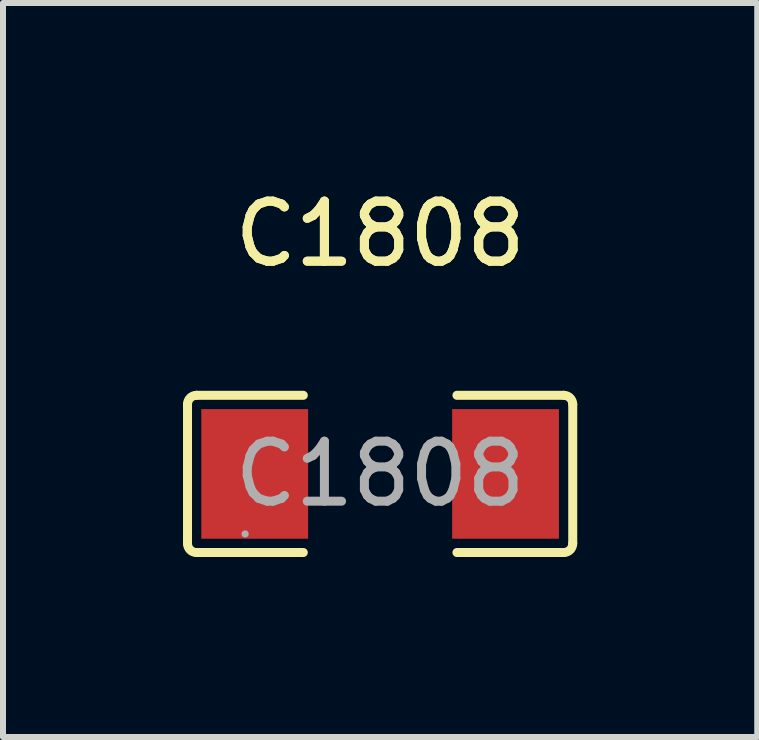
<source format=kicad_pcb>
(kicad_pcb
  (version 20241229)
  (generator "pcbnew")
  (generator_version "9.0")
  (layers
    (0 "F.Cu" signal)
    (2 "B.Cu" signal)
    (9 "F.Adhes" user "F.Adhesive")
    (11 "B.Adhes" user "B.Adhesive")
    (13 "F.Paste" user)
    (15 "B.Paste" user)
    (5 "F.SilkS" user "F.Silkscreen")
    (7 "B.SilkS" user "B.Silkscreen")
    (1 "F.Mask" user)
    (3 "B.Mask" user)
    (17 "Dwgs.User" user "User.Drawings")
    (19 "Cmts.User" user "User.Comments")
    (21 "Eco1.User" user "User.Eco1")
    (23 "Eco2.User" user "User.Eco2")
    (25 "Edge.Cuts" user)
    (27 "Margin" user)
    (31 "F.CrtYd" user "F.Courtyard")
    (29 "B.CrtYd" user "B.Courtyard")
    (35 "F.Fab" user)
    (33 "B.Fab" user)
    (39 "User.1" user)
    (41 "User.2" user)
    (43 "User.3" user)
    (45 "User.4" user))
  (footprint "C1808"
    (layer "F.Cu")
    (at 3.285 4.848)
    (property "Reference" "C1808" (at 0 -4 0) (layer "F.SilkS") (effects (font (size 1 1) (thickness 0.15))))
    (attr smd)
    (fp_line (start -3.21 -1.16) (end -3.21 1.16) (stroke (width 0.15) (type solid)) (layer "F.SilkS"))
    (fp_line (start -3.06 1.31) (end -1.28 1.31) (stroke (width 0.15) (type solid)) (layer "F.SilkS"))
    (fp_line (start -1.28 -1.31) (end -3.06 -1.31) (stroke (width 0.15) (type solid)) (layer "F.SilkS"))
    (fp_line (start 1.28 -1.31) (end 3.06 -1.31) (stroke (width 0.15) (type solid)) (layer "F.SilkS"))
    (fp_line (start 3.06 1.31) (end 1.28 1.31) (stroke (width 0.15) (type solid)) (layer "F.SilkS"))
    (fp_line (start 3.21 -1.16) (end 3.21 1.16) (stroke (width 0.15) (type solid)) (layer "F.SilkS"))
    (fp_arc (start -3.21 -1.16) (mid -3.166066 -1.266066) (end -3.06 -1.31) (stroke (width 0.15) (type solid)) (layer "F.SilkS"))
    (fp_arc (start -3.06 1.31) (mid -3.166066 1.266066) (end -3.21 1.16) (stroke (width 0.15) (type solid)) (layer "F.SilkS"))
    (fp_arc (start 3.06 -1.31) (mid 3.166066 -1.266066) (end 3.21 -1.16) (stroke (width 0.15) (type solid)) (layer "F.SilkS"))
    (fp_arc (start 3.21 1.16) (mid 3.166066 1.266066) (end 3.06 1.31) (stroke (width 0.15) (type solid)) (layer "F.SilkS"))
    (fp_circle (center -2.25 1) (end -2.22 1) (stroke (width 0.06) (type solid)) (fill no) (layer "F.Fab"))
    (fp_text user "${REFERENCE}" (at 0 -4 0) (layer "F.SilkS") (effects (font (size 1 1) (thickness 0.15))))
    (fp_text user "${REFERENCE}" (at 0 0 0) (layer "F.Fab") (effects (font (size 1 1) (thickness 0.15))))
    (pad "1" smd rect (at -2.09 0) (size 1.78 2.16) (layers "F.Cu" "F.Mask" "F.Paste"))
    (pad "2" smd rect (at 2.09 0) (size 1.78 2.16) (layers "F.Cu" "F.Mask" "F.Paste")))
  (gr_rect
    (start -3 -3)
    (end 9.57 9.233)
    (stroke (width 0.1) (type default))
    (fill no)
    (layer "Edge.Cuts")))
</source>
